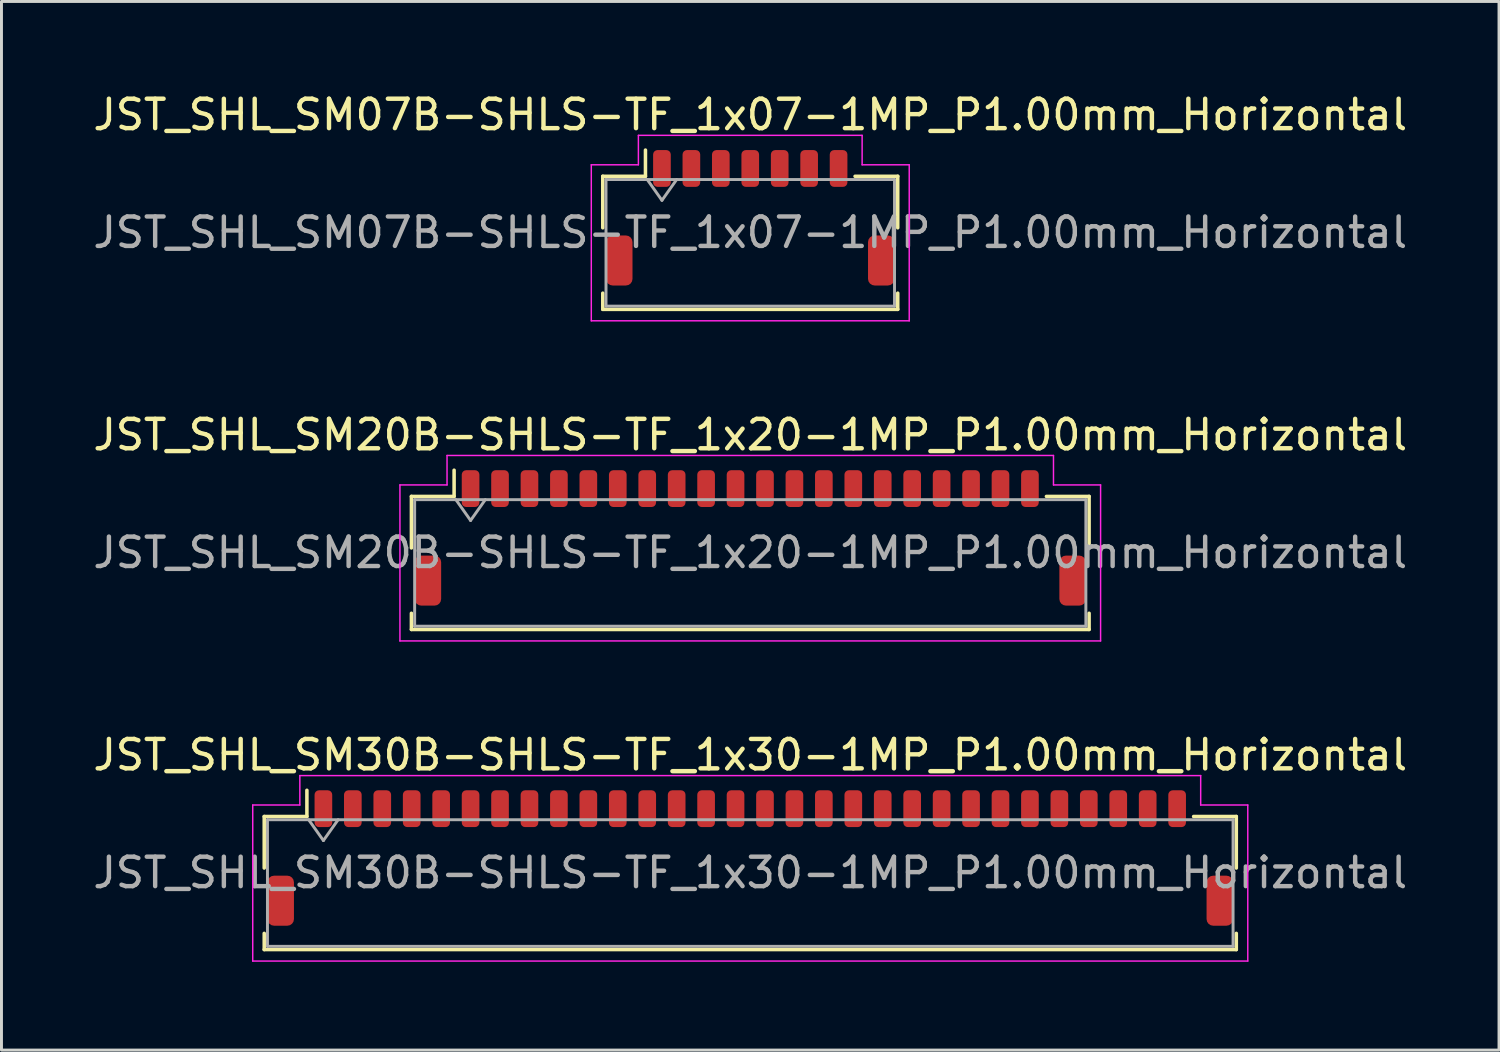
<source format=kicad_pcb>
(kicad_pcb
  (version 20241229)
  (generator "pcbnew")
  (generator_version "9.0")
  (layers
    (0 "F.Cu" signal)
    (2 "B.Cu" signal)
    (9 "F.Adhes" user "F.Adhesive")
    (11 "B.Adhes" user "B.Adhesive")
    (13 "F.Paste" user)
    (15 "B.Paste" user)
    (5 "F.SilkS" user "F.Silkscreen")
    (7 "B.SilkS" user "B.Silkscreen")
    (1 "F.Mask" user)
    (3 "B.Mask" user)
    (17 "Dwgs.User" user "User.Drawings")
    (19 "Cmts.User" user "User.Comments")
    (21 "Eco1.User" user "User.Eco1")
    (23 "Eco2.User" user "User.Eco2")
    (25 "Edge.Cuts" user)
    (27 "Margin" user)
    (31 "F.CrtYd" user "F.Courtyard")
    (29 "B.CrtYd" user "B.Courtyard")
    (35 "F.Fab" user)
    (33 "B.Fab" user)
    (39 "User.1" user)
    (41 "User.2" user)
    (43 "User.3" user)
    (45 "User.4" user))
  (footprint "JST_SHL_SM07B-SHLS-TF_1x07-1MP_P1.00mm_Horizontal"
    (layer "F.Cu")
    (at 22.435 4.348)
    (property "Reference" "JST_SHL_SM07B-SHLS-TF_1x07-1MP_P1.00mm_Horizontal" (at 0 -3.5 0) (layer "F.SilkS") (effects (font (size 1 1) (thickness 0.15))))
    (attr smd)
    (fp_line (start -5.01 -1.41) (end -3.56 -1.41) (stroke (width 0.12) (type solid)) (layer "F.SilkS"))
    (fp_line (start -5.01 0.34) (end -5.01 -1.41) (stroke (width 0.12) (type solid)) (layer "F.SilkS"))
    (fp_line (start -5.01 2.56) (end -5.01 3.11) (stroke (width 0.12) (type solid)) (layer "F.SilkS"))
    (fp_line (start -5.01 3.11) (end 5.01 3.11) (stroke (width 0.12) (type solid)) (layer "F.SilkS"))
    (fp_line (start -3.56 -1.41) (end -3.56 -2.3) (stroke (width 0.12) (type solid)) (layer "F.SilkS"))
    (fp_line (start 5.01 -1.41) (end 3.56 -1.41) (stroke (width 0.12) (type solid)) (layer "F.SilkS"))
    (fp_line (start 5.01 0.34) (end 5.01 -1.41) (stroke (width 0.12) (type solid)) (layer "F.SilkS"))
    (fp_line (start 5.01 3.11) (end 5.01 2.56) (stroke (width 0.12) (type solid)) (layer "F.SilkS"))
    (fp_line (start -5.4 -1.8) (end -3.8 -1.8) (stroke (width 0.05) (type solid)) (layer "F.CrtYd"))
    (fp_line (start -5.4 3.5) (end -5.4 -1.8) (stroke (width 0.05) (type solid)) (layer "F.CrtYd"))
    (fp_line (start -3.8 -2.8) (end 3.8 -2.8) (stroke (width 0.05) (type solid)) (layer "F.CrtYd"))
    (fp_line (start -3.8 -1.8) (end -3.8 -2.8) (stroke (width 0.05) (type solid)) (layer "F.CrtYd"))
    (fp_line (start 3.8 -2.8) (end 3.8 -1.8) (stroke (width 0.05) (type solid)) (layer "F.CrtYd"))
    (fp_line (start 3.8 -1.8) (end 5.4 -1.8) (stroke (width 0.05) (type solid)) (layer "F.CrtYd"))
    (fp_line (start 5.4 -1.8) (end 5.4 3.5) (stroke (width 0.05) (type solid)) (layer "F.CrtYd"))
    (fp_line (start 5.4 3.5) (end -5.4 3.5) (stroke (width 0.05) (type solid)) (layer "F.CrtYd"))
    (fp_line (start -4.9 -1.3) (end -4.9 3) (stroke (width 0.1) (type solid)) (layer "F.Fab"))
    (fp_line (start -4.9 -1.3) (end 4.9 -1.3) (stroke (width 0.1) (type solid)) (layer "F.Fab"))
    (fp_line (start -4.9 3) (end 4.9 3) (stroke (width 0.1) (type solid)) (layer "F.Fab"))
    (fp_line (start -3.5 -1.3) (end -3 -0.593) (stroke (width 0.1) (type solid)) (layer "F.Fab"))
    (fp_line (start -3 -0.593) (end -2.5 -1.3) (stroke (width 0.1) (type solid)) (layer "F.Fab"))
    (fp_line (start 4.9 -1.3) (end 4.9 3) (stroke (width 0.1) (type solid)) (layer "F.Fab"))
    (fp_text user "${REFERENCE}" (at 0 0.5 0) (layer "F.Fab") (effects (font (size 1 1) (thickness 0.15))))
    (pad "1" smd roundrect (at -3 -1.675) (size 0.6 1.25) (layers "F.Cu" "F.Mask" "F.Paste") (roundrect_rratio 0.25))
    (pad "2" smd roundrect (at -2 -1.675) (size 0.6 1.25) (layers "F.Cu" "F.Mask" "F.Paste") (roundrect_rratio 0.25))
    (pad "3" smd roundrect (at -1 -1.675) (size 0.6 1.25) (layers "F.Cu" "F.Mask" "F.Paste") (roundrect_rratio 0.25))
    (pad "4" smd roundrect (at 0 -1.675) (size 0.6 1.25) (layers "F.Cu" "F.Mask" "F.Paste") (roundrect_rratio 0.25))
    (pad "5" smd roundrect (at 1 -1.675) (size 0.6 1.25) (layers "F.Cu" "F.Mask" "F.Paste") (roundrect_rratio 0.25))
    (pad "6" smd roundrect (at 2 -1.675) (size 0.6 1.25) (layers "F.Cu" "F.Mask" "F.Paste") (roundrect_rratio 0.25))
    (pad "7" smd roundrect (at 3 -1.675) (size 0.6 1.25) (layers "F.Cu" "F.Mask" "F.Paste") (roundrect_rratio 0.25))
    (pad "MP" smd roundrect (at -4.45 1.45) (size 0.9 1.7) (layers "F.Cu" "F.Mask" "F.Paste") (roundrect_rratio 0.25))
    (pad "MP" smd roundrect (at 4.45 1.45) (size 0.9 1.7) (layers "F.Cu" "F.Mask" "F.Paste") (roundrect_rratio 0.25)))
  (footprint "JST_SHL_SM20B-SHLS-TF_1x20-1MP_P1.00mm_Horizontal"
    (layer "F.Cu")
    (at 22.435 15.222)
    (property "Reference" "JST_SHL_SM20B-SHLS-TF_1x20-1MP_P1.00mm_Horizontal" (at 0 -3.5 0) (layer "F.SilkS") (effects (font (size 1 1) (thickness 0.15))))
    (attr smd)
    (fp_line (start -11.51 -1.41) (end -10.06 -1.41) (stroke (width 0.12) (type solid)) (layer "F.SilkS"))
    (fp_line (start -11.51 0.34) (end -11.51 -1.41) (stroke (width 0.12) (type solid)) (layer "F.SilkS"))
    (fp_line (start -11.51 2.56) (end -11.51 3.11) (stroke (width 0.12) (type solid)) (layer "F.SilkS"))
    (fp_line (start -11.51 3.11) (end 11.51 3.11) (stroke (width 0.12) (type solid)) (layer "F.SilkS"))
    (fp_line (start -10.06 -1.41) (end -10.06 -2.3) (stroke (width 0.12) (type solid)) (layer "F.SilkS"))
    (fp_line (start 11.51 -1.41) (end 10.06 -1.41) (stroke (width 0.12) (type solid)) (layer "F.SilkS"))
    (fp_line (start 11.51 0.34) (end 11.51 -1.41) (stroke (width 0.12) (type solid)) (layer "F.SilkS"))
    (fp_line (start 11.51 3.11) (end 11.51 2.56) (stroke (width 0.12) (type solid)) (layer "F.SilkS"))
    (fp_line (start -11.9 -1.8) (end -10.3 -1.8) (stroke (width 0.05) (type solid)) (layer "F.CrtYd"))
    (fp_line (start -11.9 3.5) (end -11.9 -1.8) (stroke (width 0.05) (type solid)) (layer "F.CrtYd"))
    (fp_line (start -10.3 -2.8) (end 10.3 -2.8) (stroke (width 0.05) (type solid)) (layer "F.CrtYd"))
    (fp_line (start -10.3 -1.8) (end -10.3 -2.8) (stroke (width 0.05) (type solid)) (layer "F.CrtYd"))
    (fp_line (start 10.3 -2.8) (end 10.3 -1.8) (stroke (width 0.05) (type solid)) (layer "F.CrtYd"))
    (fp_line (start 10.3 -1.8) (end 11.9 -1.8) (stroke (width 0.05) (type solid)) (layer "F.CrtYd"))
    (fp_line (start 11.9 -1.8) (end 11.9 3.5) (stroke (width 0.05) (type solid)) (layer "F.CrtYd"))
    (fp_line (start 11.9 3.5) (end -11.9 3.5) (stroke (width 0.05) (type solid)) (layer "F.CrtYd"))
    (fp_line (start -11.4 -1.3) (end -11.4 3) (stroke (width 0.1) (type solid)) (layer "F.Fab"))
    (fp_line (start -11.4 -1.3) (end 11.4 -1.3) (stroke (width 0.1) (type solid)) (layer "F.Fab"))
    (fp_line (start -11.4 3) (end 11.4 3) (stroke (width 0.1) (type solid)) (layer "F.Fab"))
    (fp_line (start -10 -1.3) (end -9.5 -0.593) (stroke (width 0.1) (type solid)) (layer "F.Fab"))
    (fp_line (start -9.5 -0.593) (end -9 -1.3) (stroke (width 0.1) (type solid)) (layer "F.Fab"))
    (fp_line (start 11.4 -1.3) (end 11.4 3) (stroke (width 0.1) (type solid)) (layer "F.Fab"))
    (fp_text user "${REFERENCE}" (at 0 0.5 0) (layer "F.Fab") (effects (font (size 1 1) (thickness 0.15))))
    (pad "1" smd roundrect (at -9.5 -1.675) (size 0.6 1.25) (layers "F.Cu" "F.Mask" "F.Paste") (roundrect_rratio 0.25))
    (pad "2" smd roundrect (at -8.5 -1.675) (size 0.6 1.25) (layers "F.Cu" "F.Mask" "F.Paste") (roundrect_rratio 0.25))
    (pad "3" smd roundrect (at -7.5 -1.675) (size 0.6 1.25) (layers "F.Cu" "F.Mask" "F.Paste") (roundrect_rratio 0.25))
    (pad "4" smd roundrect (at -6.5 -1.675) (size 0.6 1.25) (layers "F.Cu" "F.Mask" "F.Paste") (roundrect_rratio 0.25))
    (pad "5" smd roundrect (at -5.5 -1.675) (size 0.6 1.25) (layers "F.Cu" "F.Mask" "F.Paste") (roundrect_rratio 0.25))
    (pad "6" smd roundrect (at -4.5 -1.675) (size 0.6 1.25) (layers "F.Cu" "F.Mask" "F.Paste") (roundrect_rratio 0.25))
    (pad "7" smd roundrect (at -3.5 -1.675) (size 0.6 1.25) (layers "F.Cu" "F.Mask" "F.Paste") (roundrect_rratio 0.25))
    (pad "8" smd roundrect (at -2.5 -1.675) (size 0.6 1.25) (layers "F.Cu" "F.Mask" "F.Paste") (roundrect_rratio 0.25))
    (pad "9" smd roundrect (at -1.5 -1.675) (size 0.6 1.25) (layers "F.Cu" "F.Mask" "F.Paste") (roundrect_rratio 0.25))
    (pad "10" smd roundrect (at -0.5 -1.675) (size 0.6 1.25) (layers "F.Cu" "F.Mask" "F.Paste") (roundrect_rratio 0.25))
    (pad "11" smd roundrect (at 0.5 -1.675) (size 0.6 1.25) (layers "F.Cu" "F.Mask" "F.Paste") (roundrect_rratio 0.25))
    (pad "12" smd roundrect (at 1.5 -1.675) (size 0.6 1.25) (layers "F.Cu" "F.Mask" "F.Paste") (roundrect_rratio 0.25))
    (pad "13" smd roundrect (at 2.5 -1.675) (size 0.6 1.25) (layers "F.Cu" "F.Mask" "F.Paste") (roundrect_rratio 0.25))
    (pad "14" smd roundrect (at 3.5 -1.675) (size 0.6 1.25) (layers "F.Cu" "F.Mask" "F.Paste") (roundrect_rratio 0.25))
    (pad "15" smd roundrect (at 4.5 -1.675) (size 0.6 1.25) (layers "F.Cu" "F.Mask" "F.Paste") (roundrect_rratio 0.25))
    (pad "16" smd roundrect (at 5.5 -1.675) (size 0.6 1.25) (layers "F.Cu" "F.Mask" "F.Paste") (roundrect_rratio 0.25))
    (pad "17" smd roundrect (at 6.5 -1.675) (size 0.6 1.25) (layers "F.Cu" "F.Mask" "F.Paste") (roundrect_rratio 0.25))
    (pad "18" smd roundrect (at 7.5 -1.675) (size 0.6 1.25) (layers "F.Cu" "F.Mask" "F.Paste") (roundrect_rratio 0.25))
    (pad "19" smd roundrect (at 8.5 -1.675) (size 0.6 1.25) (layers "F.Cu" "F.Mask" "F.Paste") (roundrect_rratio 0.25))
    (pad "20" smd roundrect (at 9.5 -1.675) (size 0.6 1.25) (layers "F.Cu" "F.Mask" "F.Paste") (roundrect_rratio 0.25))
    (pad "MP" smd roundrect (at -10.95 1.45) (size 0.9 1.7) (layers "F.Cu" "F.Mask" "F.Paste") (roundrect_rratio 0.25))
    (pad "MP" smd roundrect (at 10.95 1.45) (size 0.9 1.7) (layers "F.Cu" "F.Mask" "F.Paste") (roundrect_rratio 0.25)))
  (footprint "JST_SHL_SM30B-SHLS-TF_1x30-1MP_P1.00mm_Horizontal"
    (layer "F.Cu")
    (at 22.435 26.095)
    (property "Reference" "JST_SHL_SM30B-SHLS-TF_1x30-1MP_P1.00mm_Horizontal" (at 0 -3.5 0) (layer "F.SilkS") (effects (font (size 1 1) (thickness 0.15))))
    (attr smd)
    (fp_line (start -16.51 -1.41) (end -15.06 -1.41) (stroke (width 0.12) (type solid)) (layer "F.SilkS"))
    (fp_line (start -16.51 0.34) (end -16.51 -1.41) (stroke (width 0.12) (type solid)) (layer "F.SilkS"))
    (fp_line (start -16.51 2.56) (end -16.51 3.11) (stroke (width 0.12) (type solid)) (layer "F.SilkS"))
    (fp_line (start -16.51 3.11) (end 16.51 3.11) (stroke (width 0.12) (type solid)) (layer "F.SilkS"))
    (fp_line (start -15.06 -1.41) (end -15.06 -2.3) (stroke (width 0.12) (type solid)) (layer "F.SilkS"))
    (fp_line (start 16.51 -1.41) (end 15.06 -1.41) (stroke (width 0.12) (type solid)) (layer "F.SilkS"))
    (fp_line (start 16.51 0.34) (end 16.51 -1.41) (stroke (width 0.12) (type solid)) (layer "F.SilkS"))
    (fp_line (start 16.51 3.11) (end 16.51 2.56) (stroke (width 0.12) (type solid)) (layer "F.SilkS"))
    (fp_line (start -16.9 -1.8) (end -15.3 -1.8) (stroke (width 0.05) (type solid)) (layer "F.CrtYd"))
    (fp_line (start -16.9 3.5) (end -16.9 -1.8) (stroke (width 0.05) (type solid)) (layer "F.CrtYd"))
    (fp_line (start -15.3 -2.8) (end 15.3 -2.8) (stroke (width 0.05) (type solid)) (layer "F.CrtYd"))
    (fp_line (start -15.3 -1.8) (end -15.3 -2.8) (stroke (width 0.05) (type solid)) (layer "F.CrtYd"))
    (fp_line (start 15.3 -2.8) (end 15.3 -1.8) (stroke (width 0.05) (type solid)) (layer "F.CrtYd"))
    (fp_line (start 15.3 -1.8) (end 16.9 -1.8) (stroke (width 0.05) (type solid)) (layer "F.CrtYd"))
    (fp_line (start 16.9 -1.8) (end 16.9 3.5) (stroke (width 0.05) (type solid)) (layer "F.CrtYd"))
    (fp_line (start 16.9 3.5) (end -16.9 3.5) (stroke (width 0.05) (type solid)) (layer "F.CrtYd"))
    (fp_line (start -16.4 -1.3) (end -16.4 3) (stroke (width 0.1) (type solid)) (layer "F.Fab"))
    (fp_line (start -16.4 -1.3) (end 16.4 -1.3) (stroke (width 0.1) (type solid)) (layer "F.Fab"))
    (fp_line (start -16.4 3) (end 16.4 3) (stroke (width 0.1) (type solid)) (layer "F.Fab"))
    (fp_line (start -15 -1.3) (end -14.5 -0.593) (stroke (width 0.1) (type solid)) (layer "F.Fab"))
    (fp_line (start -14.5 -0.593) (end -14 -1.3) (stroke (width 0.1) (type solid)) (layer "F.Fab"))
    (fp_line (start 16.4 -1.3) (end 16.4 3) (stroke (width 0.1) (type solid)) (layer "F.Fab"))
    (fp_text user "${REFERENCE}" (at 0 0.5 0) (layer "F.Fab") (effects (font (size 1 1) (thickness 0.15))))
    (pad "1" smd roundrect (at -14.5 -1.675) (size 0.6 1.25) (layers "F.Cu" "F.Mask" "F.Paste") (roundrect_rratio 0.25))
    (pad "2" smd roundrect (at -13.5 -1.675) (size 0.6 1.25) (layers "F.Cu" "F.Mask" "F.Paste") (roundrect_rratio 0.25))
    (pad "3" smd roundrect (at -12.5 -1.675) (size 0.6 1.25) (layers "F.Cu" "F.Mask" "F.Paste") (roundrect_rratio 0.25))
    (pad "4" smd roundrect (at -11.5 -1.675) (size 0.6 1.25) (layers "F.Cu" "F.Mask" "F.Paste") (roundrect_rratio 0.25))
    (pad "5" smd roundrect (at -10.5 -1.675) (size 0.6 1.25) (layers "F.Cu" "F.Mask" "F.Paste") (roundrect_rratio 0.25))
    (pad "6" smd roundrect (at -9.5 -1.675) (size 0.6 1.25) (layers "F.Cu" "F.Mask" "F.Paste") (roundrect_rratio 0.25))
    (pad "7" smd roundrect (at -8.5 -1.675) (size 0.6 1.25) (layers "F.Cu" "F.Mask" "F.Paste") (roundrect_rratio 0.25))
    (pad "8" smd roundrect (at -7.5 -1.675) (size 0.6 1.25) (layers "F.Cu" "F.Mask" "F.Paste") (roundrect_rratio 0.25))
    (pad "9" smd roundrect (at -6.5 -1.675) (size 0.6 1.25) (layers "F.Cu" "F.Mask" "F.Paste") (roundrect_rratio 0.25))
    (pad "10" smd roundrect (at -5.5 -1.675) (size 0.6 1.25) (layers "F.Cu" "F.Mask" "F.Paste") (roundrect_rratio 0.25))
    (pad "11" smd roundrect (at -4.5 -1.675) (size 0.6 1.25) (layers "F.Cu" "F.Mask" "F.Paste") (roundrect_rratio 0.25))
    (pad "12" smd roundrect (at -3.5 -1.675) (size 0.6 1.25) (layers "F.Cu" "F.Mask" "F.Paste") (roundrect_rratio 0.25))
    (pad "13" smd roundrect (at -2.5 -1.675) (size 0.6 1.25) (layers "F.Cu" "F.Mask" "F.Paste") (roundrect_rratio 0.25))
    (pad "14" smd roundrect (at -1.5 -1.675) (size 0.6 1.25) (layers "F.Cu" "F.Mask" "F.Paste") (roundrect_rratio 0.25))
    (pad "15" smd roundrect (at -0.5 -1.675) (size 0.6 1.25) (layers "F.Cu" "F.Mask" "F.Paste") (roundrect_rratio 0.25))
    (pad "16" smd roundrect (at 0.5 -1.675) (size 0.6 1.25) (layers "F.Cu" "F.Mask" "F.Paste") (roundrect_rratio 0.25))
    (pad "17" smd roundrect (at 1.5 -1.675) (size 0.6 1.25) (layers "F.Cu" "F.Mask" "F.Paste") (roundrect_rratio 0.25))
    (pad "18" smd roundrect (at 2.5 -1.675) (size 0.6 1.25) (layers "F.Cu" "F.Mask" "F.Paste") (roundrect_rratio 0.25))
    (pad "19" smd roundrect (at 3.5 -1.675) (size 0.6 1.25) (layers "F.Cu" "F.Mask" "F.Paste") (roundrect_rratio 0.25))
    (pad "20" smd roundrect (at 4.5 -1.675) (size 0.6 1.25) (layers "F.Cu" "F.Mask" "F.Paste") (roundrect_rratio 0.25))
    (pad "21" smd roundrect (at 5.5 -1.675) (size 0.6 1.25) (layers "F.Cu" "F.Mask" "F.Paste") (roundrect_rratio 0.25))
    (pad "22" smd roundrect (at 6.5 -1.675) (size 0.6 1.25) (layers "F.Cu" "F.Mask" "F.Paste") (roundrect_rratio 0.25))
    (pad "23" smd roundrect (at 7.5 -1.675) (size 0.6 1.25) (layers "F.Cu" "F.Mask" "F.Paste") (roundrect_rratio 0.25))
    (pad "24" smd roundrect (at 8.5 -1.675) (size 0.6 1.25) (layers "F.Cu" "F.Mask" "F.Paste") (roundrect_rratio 0.25))
    (pad "25" smd roundrect (at 9.5 -1.675) (size 0.6 1.25) (layers "F.Cu" "F.Mask" "F.Paste") (roundrect_rratio 0.25))
    (pad "26" smd roundrect (at 10.5 -1.675) (size 0.6 1.25) (layers "F.Cu" "F.Mask" "F.Paste") (roundrect_rratio 0.25))
    (pad "27" smd roundrect (at 11.5 -1.675) (size 0.6 1.25) (layers "F.Cu" "F.Mask" "F.Paste") (roundrect_rratio 0.25))
    (pad "28" smd roundrect (at 12.5 -1.675) (size 0.6 1.25) (layers "F.Cu" "F.Mask" "F.Paste") (roundrect_rratio 0.25))
    (pad "29" smd roundrect (at 13.5 -1.675) (size 0.6 1.25) (layers "F.Cu" "F.Mask" "F.Paste") (roundrect_rratio 0.25))
    (pad "30" smd roundrect (at 14.5 -1.675) (size 0.6 1.25) (layers "F.Cu" "F.Mask" "F.Paste") (roundrect_rratio 0.25))
    (pad "MP" smd roundrect (at -15.95 1.45) (size 0.9 1.7) (layers "F.Cu" "F.Mask" "F.Paste") (roundrect_rratio 0.25))
    (pad "MP" smd roundrect (at 15.95 1.45) (size 0.9 1.7) (layers "F.Cu" "F.Mask" "F.Paste") (roundrect_rratio 0.25)))
  (gr_rect
    (start -3 -3)
    (end 47.869 32.62)
    (stroke (width 0.1) (type default))
    (fill no)
    (layer "Edge.Cuts")))
</source>
